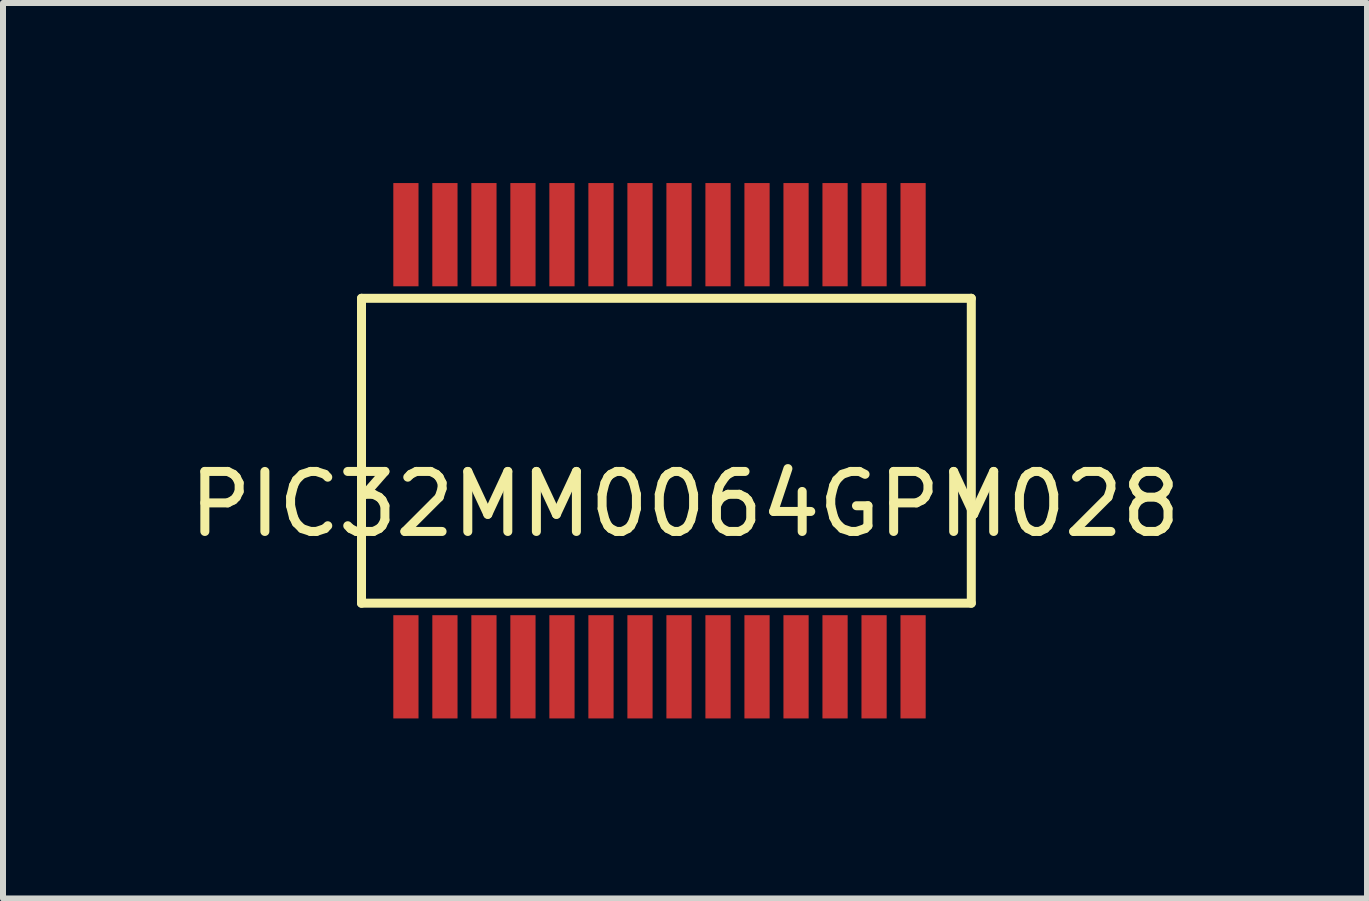
<source format=kicad_pcb>
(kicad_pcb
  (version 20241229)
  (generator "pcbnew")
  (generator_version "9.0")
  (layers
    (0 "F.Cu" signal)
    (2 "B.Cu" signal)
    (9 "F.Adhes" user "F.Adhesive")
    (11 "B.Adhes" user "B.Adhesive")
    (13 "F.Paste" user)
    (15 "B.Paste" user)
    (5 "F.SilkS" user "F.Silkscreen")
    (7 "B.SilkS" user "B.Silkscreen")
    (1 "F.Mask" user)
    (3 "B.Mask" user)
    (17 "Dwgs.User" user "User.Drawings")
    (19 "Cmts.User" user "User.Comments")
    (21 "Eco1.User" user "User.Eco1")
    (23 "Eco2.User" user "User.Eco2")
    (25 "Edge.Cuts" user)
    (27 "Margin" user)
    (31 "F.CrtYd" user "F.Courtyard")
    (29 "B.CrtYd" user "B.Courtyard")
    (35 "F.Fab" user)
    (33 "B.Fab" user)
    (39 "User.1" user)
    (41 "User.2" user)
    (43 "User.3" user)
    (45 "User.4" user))
  (footprint "PIC32MM0064GPM028"
    (layer "F.Cu")
    (at 8.053 4.46)
    (property "Reference" "PIC32MM0064GPM028" (at 0.31 0.89 0) (layer "F.SilkS") (effects (font (size 1 1) (thickness 0.15))))
    (attr through_hole)
    (fp_line (start -5.08 -2.54) (end -5.08 2.54) (stroke (width 0.15) (type solid)) (layer "F.SilkS"))
    (fp_line (start -5.08 2.54) (end 5.08 2.54) (stroke (width 0.15) (type solid)) (layer "F.SilkS"))
    (fp_line (start 5.08 -2.54) (end -5.08 -2.54) (stroke (width 0.15) (type solid)) (layer "F.SilkS"))
    (fp_line (start 5.08 2.54) (end 5.08 -2.54) (stroke (width 0.15) (type solid)) (layer "F.SilkS"))
    (pad "1" smd rect (at -4.34 -3.6) (size 0.42 1.72) (layers "F.Cu" "F.Mask" "F.Paste"))
    (pad "2" smd rect (at -4.34 3.6) (size 0.42 1.72) (layers "F.Cu" "F.Mask" "F.Paste"))
    (pad "3" smd rect (at -3.69 -3.6) (size 0.42 1.72) (layers "F.Cu" "F.Mask" "F.Paste"))
    (pad "4" smd rect (at -3.69 3.6) (size 0.42 1.72) (layers "F.Cu" "F.Mask" "F.Paste"))
    (pad "5" smd rect (at -3.04 -3.6) (size 0.42 1.72) (layers "F.Cu" "F.Mask" "F.Paste"))
    (pad "6" smd rect (at -3.04 3.6) (size 0.42 1.72) (layers "F.Cu" "F.Mask" "F.Paste"))
    (pad "7" smd rect (at -2.39 -3.6) (size 0.42 1.72) (layers "F.Cu" "F.Mask" "F.Paste"))
    (pad "8" smd rect (at -2.39 3.6) (size 0.42 1.72) (layers "F.Cu" "F.Mask" "F.Paste"))
    (pad "9" smd rect (at -1.74 -3.6) (size 0.42 1.72) (layers "F.Cu" "F.Mask" "F.Paste"))
    (pad "10" smd rect (at -1.74 3.6) (size 0.42 1.72) (layers "F.Cu" "F.Mask" "F.Paste"))
    (pad "11" smd rect (at -1.09 -3.6) (size 0.42 1.72) (layers "F.Cu" "F.Mask" "F.Paste"))
    (pad "12" smd rect (at -1.09 3.6) (size 0.42 1.72) (layers "F.Cu" "F.Mask" "F.Paste"))
    (pad "13" smd rect (at -0.44 -3.6) (size 0.42 1.72) (layers "F.Cu" "F.Mask" "F.Paste"))
    (pad "14" smd rect (at -0.44 3.6) (size 0.42 1.72) (layers "F.Cu" "F.Mask" "F.Paste"))
    (pad "15" smd rect (at 0.21 -3.6) (size 0.42 1.72) (layers "F.Cu" "F.Mask" "F.Paste"))
    (pad "16" smd rect (at 0.21 3.6) (size 0.42 1.72) (layers "F.Cu" "F.Mask" "F.Paste"))
    (pad "17" smd rect (at 0.86 -3.6) (size 0.42 1.72) (layers "F.Cu" "F.Mask" "F.Paste"))
    (pad "18" smd rect (at 0.86 3.6) (size 0.42 1.72) (layers "F.Cu" "F.Mask" "F.Paste"))
    (pad "19" smd rect (at 1.51 -3.6) (size 0.42 1.72) (layers "F.Cu" "F.Mask" "F.Paste"))
    (pad "20" smd rect (at 1.51 3.6) (size 0.42 1.72) (layers "F.Cu" "F.Mask" "F.Paste"))
    (pad "21" smd rect (at 2.16 -3.6) (size 0.42 1.72) (layers "F.Cu" "F.Mask" "F.Paste"))
    (pad "22" smd rect (at 2.16 3.6) (size 0.42 1.72) (layers "F.Cu" "F.Mask" "F.Paste"))
    (pad "23" smd rect (at 2.81 -3.6) (size 0.42 1.72) (layers "F.Cu" "F.Mask" "F.Paste"))
    (pad "24" smd rect (at 2.81 3.6) (size 0.42 1.72) (layers "F.Cu" "F.Mask" "F.Paste"))
    (pad "25" smd rect (at 3.46 -3.6) (size 0.42 1.72) (layers "F.Cu" "F.Mask" "F.Paste"))
    (pad "26" smd rect (at 3.46 3.6) (size 0.42 1.72) (layers "F.Cu" "F.Mask" "F.Paste"))
    (pad "27" smd rect (at 4.11 -3.6) (size 0.42 1.72) (layers "F.Cu" "F.Mask" "F.Paste"))
    (pad "28" smd rect (at 4.11 3.6) (size 0.42 1.72) (layers "F.Cu" "F.Mask" "F.Paste")))
  (gr_rect
    (start -3 -3)
    (end 19.726 11.92)
    (stroke (width 0.1) (type default))
    (fill no)
    (layer "Edge.Cuts")))
</source>
